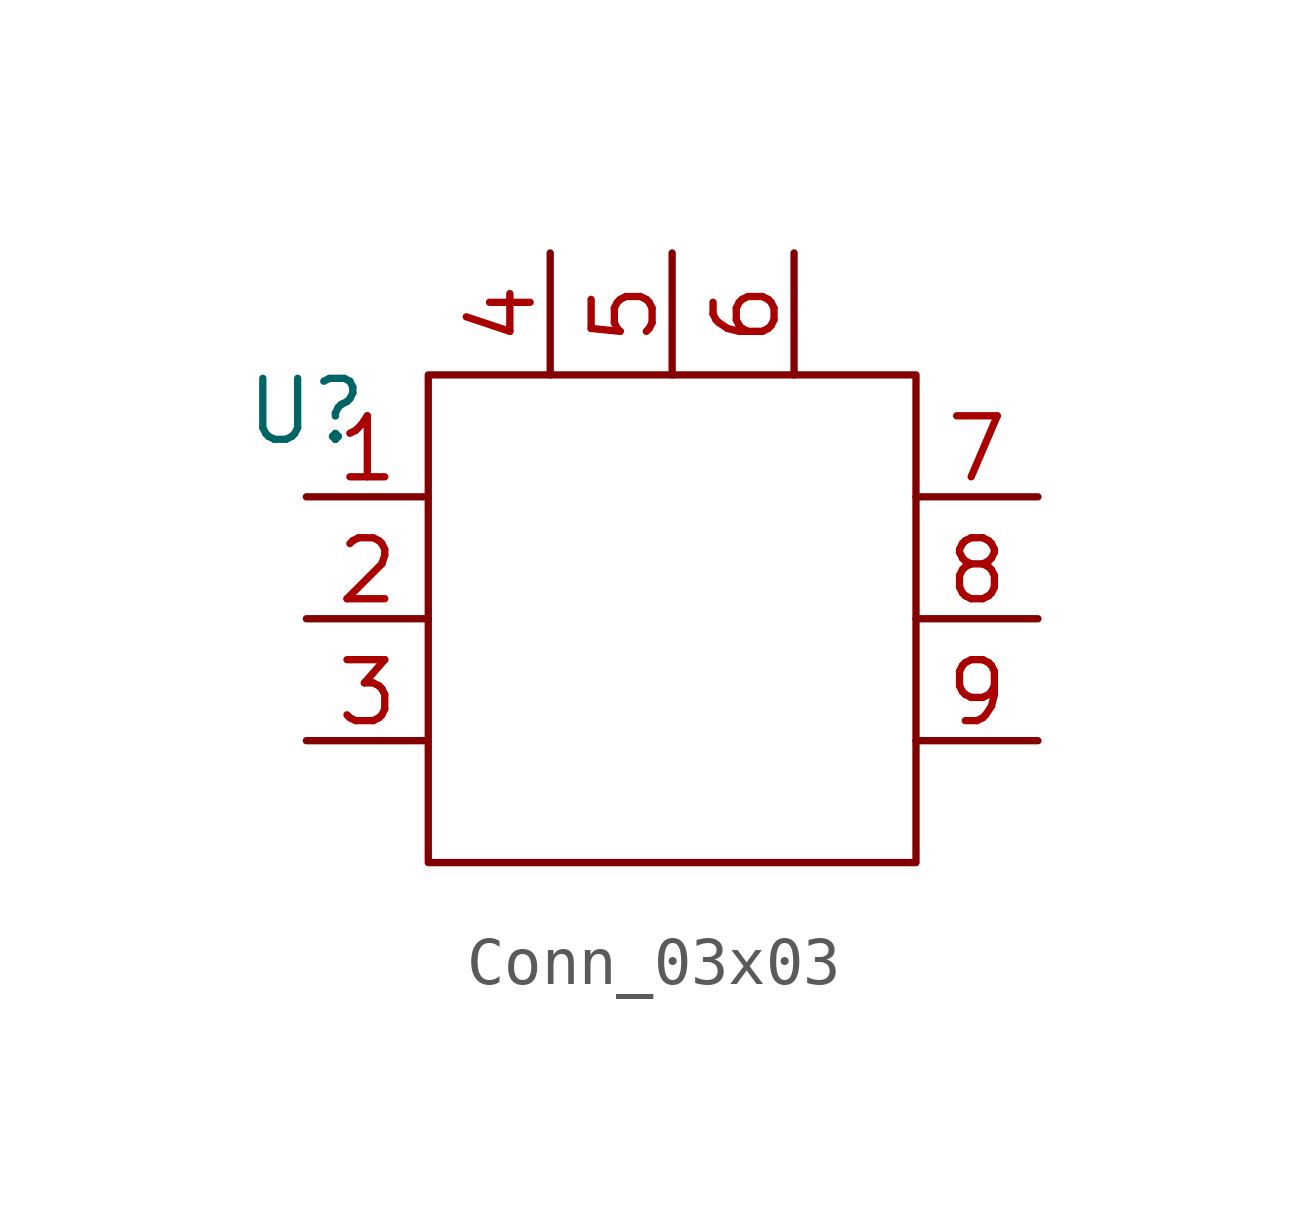
<source format=kicad_sym>
(kicad_symbol_lib
  (version 20231120)
  (generator "kicad_symbol_editor")
  (generator_version "8.0")
  (symbol "Conn_03x03"
    (property "Reference" "U"
      (at -7.62 4.318 0)
      (effects (font (size 1.27 1.27))))
    (property "Value" ""
      (at -7.62 2.54 0)
      (effects (font (size 1.27 1.27))))
    (symbol "Conn_03x03_0_1"
      (rectangle (start -5.08 5.08) (end 5.08 -5.08) (stroke (width 0) (type default)) (fill (type none))))
    (symbol "Conn_03x03_1_1"
      (pin free line (at -7.62 2.54 0) (length 2.54) (name "" (effects (font (size 1.27 1.27)))) (number "1" (effects (font (size 1.27 1.27)))))
      (pin free line (at -7.62 0 0) (length 2.54) (name "" (effects (font (size 1.27 1.27)))) (number "2" (effects (font (size 1.27 1.27)))))
      (pin free line (at -7.62 -2.54 0) (length 2.54) (name "" (effects (font (size 1.27 1.27)))) (number "3" (effects (font (size 1.27 1.27)))))
      (pin free line (at -2.54 7.62 270) (length 2.54) (name "" (effects (font (size 1.27 1.27)))) (number "4" (effects (font (size 1.27 1.27)))))
      (pin free line (at 0 7.62 270) (length 2.54) (name "" (effects (font (size 1.27 1.27)))) (number "5" (effects (font (size 1.27 1.27)))))
      (pin free line (at 2.54 7.62 270) (length 2.54) (name "" (effects (font (size 1.27 1.27)))) (number "6" (effects (font (size 1.27 1.27)))))
      (pin free line (at 7.62 2.54 180) (length 2.54) (name "" (effects (font (size 1.27 1.27)))) (number "7" (effects (font (size 1.27 1.27)))))
      (pin free line (at 7.62 0 180) (length 2.54) (name "" (effects (font (size 1.27 1.27)))) (number "8" (effects (font (size 1.27 1.27)))))
      (pin free line (at 7.62 -2.54 180) (length 2.54) (name "" (effects (font (size 1.27 1.27)))) (number "9" (effects (font (size 1.27 1.27))))))))
</source>
